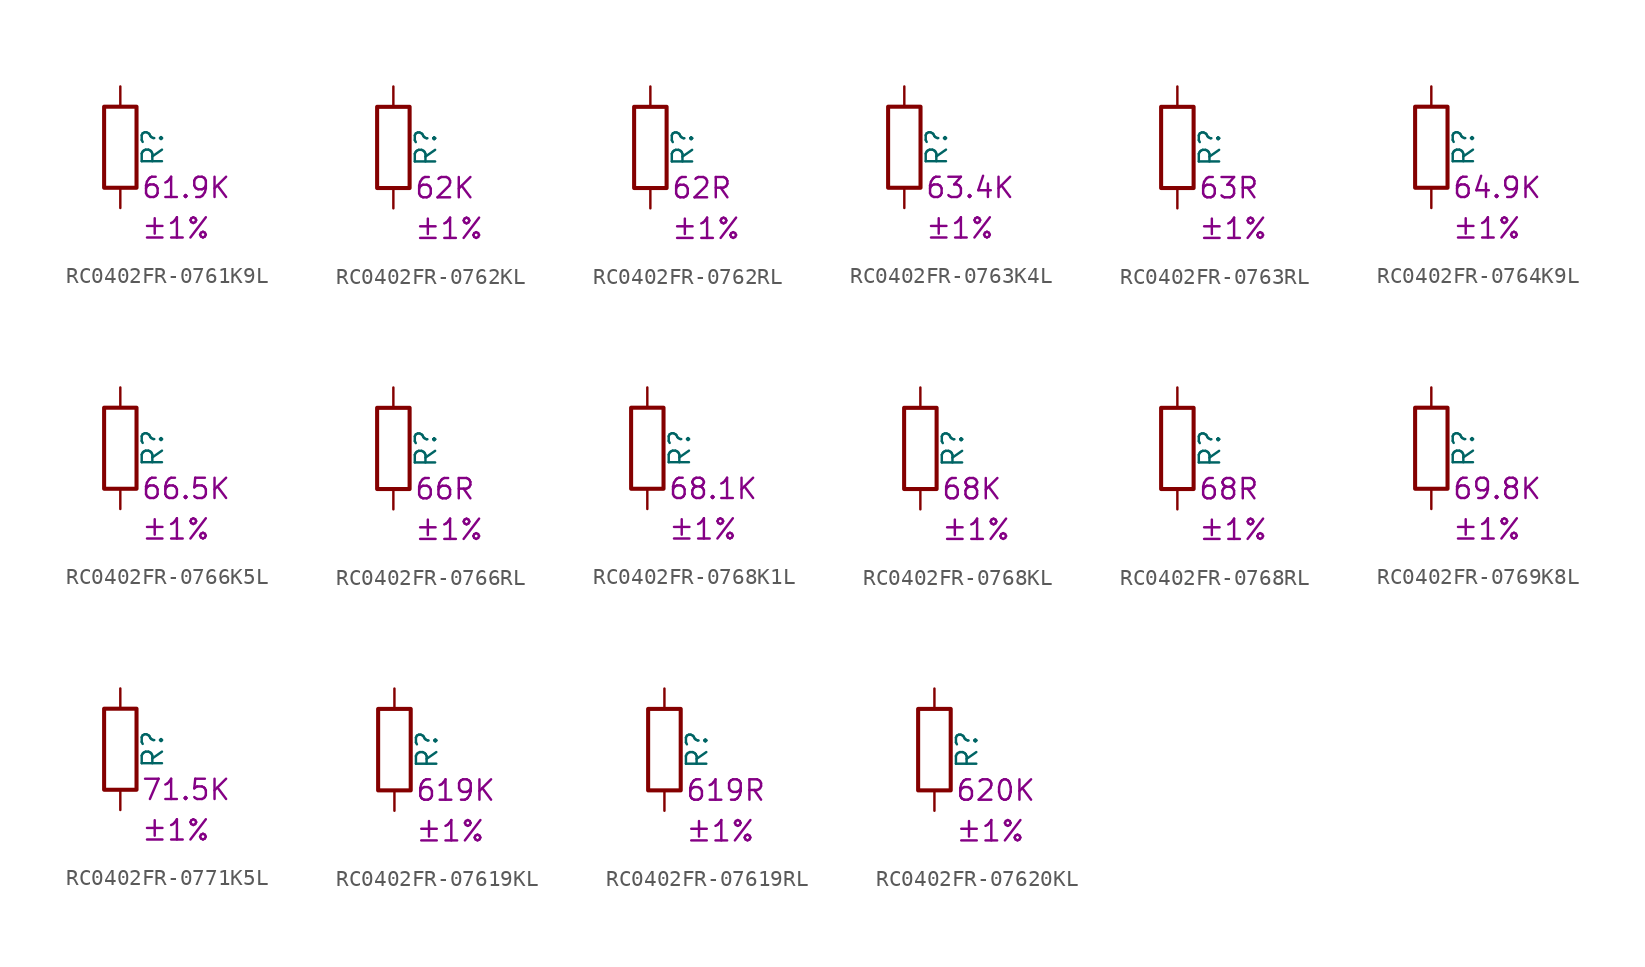
<source format=kicad_sym>
(kicad_symbol_lib
  (version 20220914)
  (generator kicad_symbol_editor)
  (symbol "RC0402FR-0761K9L"
    (pin_numbers hide)
    (pin_names
      (offset 0))
    (property "Reference" "R"
      (at 2.032 0 90)
      (effects (font (size 1.27 1.27))))
    (property "Resistance" "61.9K"
      (at 1.27 -2.54 0)
      (effects (font (size 1.27 1.27)) (justify left)))
    (property "Tolerance" "±1%"
      (at 1.27 -5.08 0)
      (effects (font (size 1.27 1.27)) (justify left)))
    (symbol "RC0402FR-0761K9L_0_1"
      (rectangle (start -1.016 -2.54) (end 1.016 2.54) (stroke (width 0.254) (type default)) (fill (type none))))
    (symbol "RC0402FR-0761K9L_1_1"
      (pin passive line (at 0 3.81 270) (length 1.27) (name "~" (effects (font (size 1.27 1.27)))) (number "1" (effects (font (size 1.27 1.27)))))
      (pin passive line (at 0 -3.81 90) (length 1.27) (name "~" (effects (font (size 1.27 1.27)))) (number "2" (effects (font (size 1.27 1.27)))))))
  (symbol "RC0402FR-0762KL"
    (pin_numbers hide)
    (pin_names
      (offset 0))
    (property "Reference" "R"
      (at 2.032 0 90)
      (effects (font (size 1.27 1.27))))
    (property "Resistance" "62K"
      (at 1.27 -2.54 0)
      (effects (font (size 1.27 1.27)) (justify left)))
    (property "Tolerance" "±1%"
      (at 1.27 -5.08 0)
      (effects (font (size 1.27 1.27)) (justify left)))
    (symbol "RC0402FR-0762KL_0_1"
      (rectangle (start -1.016 -2.54) (end 1.016 2.54) (stroke (width 0.254) (type default)) (fill (type none))))
    (symbol "RC0402FR-0762KL_1_1"
      (pin passive line (at 0 3.81 270) (length 1.27) (name "~" (effects (font (size 1.27 1.27)))) (number "1" (effects (font (size 1.27 1.27)))))
      (pin passive line (at 0 -3.81 90) (length 1.27) (name "~" (effects (font (size 1.27 1.27)))) (number "2" (effects (font (size 1.27 1.27)))))))
  (symbol "RC0402FR-0762RL"
    (pin_numbers hide)
    (pin_names
      (offset 0))
    (property "Reference" "R"
      (at 2.032 0 90)
      (effects (font (size 1.27 1.27))))
    (property "Resistance" "62R"
      (at 1.27 -2.54 0)
      (effects (font (size 1.27 1.27)) (justify left)))
    (property "Tolerance" "±1%"
      (at 1.27 -5.08 0)
      (effects (font (size 1.27 1.27)) (justify left)))
    (symbol "RC0402FR-0762RL_0_1"
      (rectangle (start -1.016 -2.54) (end 1.016 2.54) (stroke (width 0.254) (type default)) (fill (type none))))
    (symbol "RC0402FR-0762RL_1_1"
      (pin passive line (at 0 3.81 270) (length 1.27) (name "~" (effects (font (size 1.27 1.27)))) (number "1" (effects (font (size 1.27 1.27)))))
      (pin passive line (at 0 -3.81 90) (length 1.27) (name "~" (effects (font (size 1.27 1.27)))) (number "2" (effects (font (size 1.27 1.27)))))))
  (symbol "RC0402FR-0763K4L"
    (pin_numbers hide)
    (pin_names
      (offset 0))
    (property "Reference" "R"
      (at 2.032 0 90)
      (effects (font (size 1.27 1.27))))
    (property "Resistance" "63.4K"
      (at 1.27 -2.54 0)
      (effects (font (size 1.27 1.27)) (justify left)))
    (property "Tolerance" "±1%"
      (at 1.27 -5.08 0)
      (effects (font (size 1.27 1.27)) (justify left)))
    (symbol "RC0402FR-0763K4L_0_1"
      (rectangle (start -1.016 -2.54) (end 1.016 2.54) (stroke (width 0.254) (type default)) (fill (type none))))
    (symbol "RC0402FR-0763K4L_1_1"
      (pin passive line (at 0 3.81 270) (length 1.27) (name "~" (effects (font (size 1.27 1.27)))) (number "1" (effects (font (size 1.27 1.27)))))
      (pin passive line (at 0 -3.81 90) (length 1.27) (name "~" (effects (font (size 1.27 1.27)))) (number "2" (effects (font (size 1.27 1.27)))))))
  (symbol "RC0402FR-0763RL"
    (pin_numbers hide)
    (pin_names
      (offset 0))
    (property "Reference" "R"
      (at 2.032 0 90)
      (effects (font (size 1.27 1.27))))
    (property "Resistance" "63R"
      (at 1.27 -2.54 0)
      (effects (font (size 1.27 1.27)) (justify left)))
    (property "Tolerance" "±1%"
      (at 1.27 -5.08 0)
      (effects (font (size 1.27 1.27)) (justify left)))
    (symbol "RC0402FR-0763RL_0_1"
      (rectangle (start -1.016 -2.54) (end 1.016 2.54) (stroke (width 0.254) (type default)) (fill (type none))))
    (symbol "RC0402FR-0763RL_1_1"
      (pin passive line (at 0 3.81 270) (length 1.27) (name "~" (effects (font (size 1.27 1.27)))) (number "1" (effects (font (size 1.27 1.27)))))
      (pin passive line (at 0 -3.81 90) (length 1.27) (name "~" (effects (font (size 1.27 1.27)))) (number "2" (effects (font (size 1.27 1.27)))))))
  (symbol "RC0402FR-0764K9L"
    (pin_numbers hide)
    (pin_names
      (offset 0))
    (property "Reference" "R"
      (at 2.032 0 90)
      (effects (font (size 1.27 1.27))))
    (property "Resistance" "64.9K"
      (at 1.27 -2.54 0)
      (effects (font (size 1.27 1.27)) (justify left)))
    (property "Tolerance" "±1%"
      (at 1.27 -5.08 0)
      (effects (font (size 1.27 1.27)) (justify left)))
    (symbol "RC0402FR-0764K9L_0_1"
      (rectangle (start -1.016 -2.54) (end 1.016 2.54) (stroke (width 0.254) (type default)) (fill (type none))))
    (symbol "RC0402FR-0764K9L_1_1"
      (pin passive line (at 0 3.81 270) (length 1.27) (name "~" (effects (font (size 1.27 1.27)))) (number "1" (effects (font (size 1.27 1.27)))))
      (pin passive line (at 0 -3.81 90) (length 1.27) (name "~" (effects (font (size 1.27 1.27)))) (number "2" (effects (font (size 1.27 1.27)))))))
  (symbol "RC0402FR-0766K5L"
    (pin_numbers hide)
    (pin_names
      (offset 0))
    (property "Reference" "R"
      (at 2.032 0 90)
      (effects (font (size 1.27 1.27))))
    (property "Resistance" "66.5K"
      (at 1.27 -2.54 0)
      (effects (font (size 1.27 1.27)) (justify left)))
    (property "Tolerance" "±1%"
      (at 1.27 -5.08 0)
      (effects (font (size 1.27 1.27)) (justify left)))
    (symbol "RC0402FR-0766K5L_0_1"
      (rectangle (start -1.016 -2.54) (end 1.016 2.54) (stroke (width 0.254) (type default)) (fill (type none))))
    (symbol "RC0402FR-0766K5L_1_1"
      (pin passive line (at 0 3.81 270) (length 1.27) (name "~" (effects (font (size 1.27 1.27)))) (number "1" (effects (font (size 1.27 1.27)))))
      (pin passive line (at 0 -3.81 90) (length 1.27) (name "~" (effects (font (size 1.27 1.27)))) (number "2" (effects (font (size 1.27 1.27)))))))
  (symbol "RC0402FR-0766RL"
    (pin_numbers hide)
    (pin_names
      (offset 0))
    (property "Reference" "R"
      (at 2.032 0 90)
      (effects (font (size 1.27 1.27))))
    (property "Resistance" "66R"
      (at 1.27 -2.54 0)
      (effects (font (size 1.27 1.27)) (justify left)))
    (property "Tolerance" "±1%"
      (at 1.27 -5.08 0)
      (effects (font (size 1.27 1.27)) (justify left)))
    (symbol "RC0402FR-0766RL_0_1"
      (rectangle (start -1.016 -2.54) (end 1.016 2.54) (stroke (width 0.254) (type default)) (fill (type none))))
    (symbol "RC0402FR-0766RL_1_1"
      (pin passive line (at 0 3.81 270) (length 1.27) (name "~" (effects (font (size 1.27 1.27)))) (number "1" (effects (font (size 1.27 1.27)))))
      (pin passive line (at 0 -3.81 90) (length 1.27) (name "~" (effects (font (size 1.27 1.27)))) (number "2" (effects (font (size 1.27 1.27)))))))
  (symbol "RC0402FR-0768K1L"
    (pin_numbers hide)
    (pin_names
      (offset 0))
    (property "Reference" "R"
      (at 2.032 0 90)
      (effects (font (size 1.27 1.27))))
    (property "Resistance" "68.1K"
      (at 1.27 -2.54 0)
      (effects (font (size 1.27 1.27)) (justify left)))
    (property "Tolerance" "±1%"
      (at 1.27 -5.08 0)
      (effects (font (size 1.27 1.27)) (justify left)))
    (symbol "RC0402FR-0768K1L_0_1"
      (rectangle (start -1.016 -2.54) (end 1.016 2.54) (stroke (width 0.254) (type default)) (fill (type none))))
    (symbol "RC0402FR-0768K1L_1_1"
      (pin passive line (at 0 3.81 270) (length 1.27) (name "~" (effects (font (size 1.27 1.27)))) (number "1" (effects (font (size 1.27 1.27)))))
      (pin passive line (at 0 -3.81 90) (length 1.27) (name "~" (effects (font (size 1.27 1.27)))) (number "2" (effects (font (size 1.27 1.27)))))))
  (symbol "RC0402FR-0768KL"
    (pin_numbers hide)
    (pin_names
      (offset 0))
    (property "Reference" "R"
      (at 2.032 0 90)
      (effects (font (size 1.27 1.27))))
    (property "Resistance" "68K"
      (at 1.27 -2.54 0)
      (effects (font (size 1.27 1.27)) (justify left)))
    (property "Tolerance" "±1%"
      (at 1.27 -5.08 0)
      (effects (font (size 1.27 1.27)) (justify left)))
    (symbol "RC0402FR-0768KL_0_1"
      (rectangle (start -1.016 -2.54) (end 1.016 2.54) (stroke (width 0.254) (type default)) (fill (type none))))
    (symbol "RC0402FR-0768KL_1_1"
      (pin passive line (at 0 3.81 270) (length 1.27) (name "~" (effects (font (size 1.27 1.27)))) (number "1" (effects (font (size 1.27 1.27)))))
      (pin passive line (at 0 -3.81 90) (length 1.27) (name "~" (effects (font (size 1.27 1.27)))) (number "2" (effects (font (size 1.27 1.27)))))))
  (symbol "RC0402FR-0768RL"
    (pin_numbers hide)
    (pin_names
      (offset 0))
    (property "Reference" "R"
      (at 2.032 0 90)
      (effects (font (size 1.27 1.27))))
    (property "Resistance" "68R"
      (at 1.27 -2.54 0)
      (effects (font (size 1.27 1.27)) (justify left)))
    (property "Tolerance" "±1%"
      (at 1.27 -5.08 0)
      (effects (font (size 1.27 1.27)) (justify left)))
    (symbol "RC0402FR-0768RL_0_1"
      (rectangle (start -1.016 -2.54) (end 1.016 2.54) (stroke (width 0.254) (type default)) (fill (type none))))
    (symbol "RC0402FR-0768RL_1_1"
      (pin passive line (at 0 3.81 270) (length 1.27) (name "~" (effects (font (size 1.27 1.27)))) (number "1" (effects (font (size 1.27 1.27)))))
      (pin passive line (at 0 -3.81 90) (length 1.27) (name "~" (effects (font (size 1.27 1.27)))) (number "2" (effects (font (size 1.27 1.27)))))))
  (symbol "RC0402FR-0769K8L"
    (pin_numbers hide)
    (pin_names
      (offset 0))
    (property "Reference" "R"
      (at 2.032 0 90)
      (effects (font (size 1.27 1.27))))
    (property "Resistance" "69.8K"
      (at 1.27 -2.54 0)
      (effects (font (size 1.27 1.27)) (justify left)))
    (property "Tolerance" "±1%"
      (at 1.27 -5.08 0)
      (effects (font (size 1.27 1.27)) (justify left)))
    (symbol "RC0402FR-0769K8L_0_1"
      (rectangle (start -1.016 -2.54) (end 1.016 2.54) (stroke (width 0.254) (type default)) (fill (type none))))
    (symbol "RC0402FR-0769K8L_1_1"
      (pin passive line (at 0 3.81 270) (length 1.27) (name "~" (effects (font (size 1.27 1.27)))) (number "1" (effects (font (size 1.27 1.27)))))
      (pin passive line (at 0 -3.81 90) (length 1.27) (name "~" (effects (font (size 1.27 1.27)))) (number "2" (effects (font (size 1.27 1.27)))))))
  (symbol "RC0402FR-0771K5L"
    (pin_numbers hide)
    (pin_names
      (offset 0))
    (property "Reference" "R"
      (at 2.032 0 90)
      (effects (font (size 1.27 1.27))))
    (property "Resistance" "71.5K"
      (at 1.27 -2.54 0)
      (effects (font (size 1.27 1.27)) (justify left)))
    (property "Tolerance" "±1%"
      (at 1.27 -5.08 0)
      (effects (font (size 1.27 1.27)) (justify left)))
    (symbol "RC0402FR-0771K5L_0_1"
      (rectangle (start -1.016 -2.54) (end 1.016 2.54) (stroke (width 0.254) (type default)) (fill (type none))))
    (symbol "RC0402FR-0771K5L_1_1"
      (pin passive line (at 0 3.81 270) (length 1.27) (name "~" (effects (font (size 1.27 1.27)))) (number "1" (effects (font (size 1.27 1.27)))))
      (pin passive line (at 0 -3.81 90) (length 1.27) (name "~" (effects (font (size 1.27 1.27)))) (number "2" (effects (font (size 1.27 1.27)))))))
  (symbol "RC0402FR-07619KL"
    (pin_numbers hide)
    (pin_names
      (offset 0))
    (property "Reference" "R"
      (at 2.032 0 90)
      (effects (font (size 1.27 1.27))))
    (property "Resistance" "619K"
      (at 1.27 -2.54 0)
      (effects (font (size 1.27 1.27)) (justify left)))
    (property "Tolerance" "±1%"
      (at 1.27 -5.08 0)
      (effects (font (size 1.27 1.27)) (justify left)))
    (symbol "RC0402FR-07619KL_0_1"
      (rectangle (start -1.016 -2.54) (end 1.016 2.54) (stroke (width 0.254) (type default)) (fill (type none))))
    (symbol "RC0402FR-07619KL_1_1"
      (pin passive line (at 0 3.81 270) (length 1.27) (name "~" (effects (font (size 1.27 1.27)))) (number "1" (effects (font (size 1.27 1.27)))))
      (pin passive line (at 0 -3.81 90) (length 1.27) (name "~" (effects (font (size 1.27 1.27)))) (number "2" (effects (font (size 1.27 1.27)))))))
  (symbol "RC0402FR-07619RL"
    (pin_numbers hide)
    (pin_names
      (offset 0))
    (property "Reference" "R"
      (at 2.032 0 90)
      (effects (font (size 1.27 1.27))))
    (property "Resistance" "619R"
      (at 1.27 -2.54 0)
      (effects (font (size 1.27 1.27)) (justify left)))
    (property "Tolerance" "±1%"
      (at 1.27 -5.08 0)
      (effects (font (size 1.27 1.27)) (justify left)))
    (symbol "RC0402FR-07619RL_0_1"
      (rectangle (start -1.016 -2.54) (end 1.016 2.54) (stroke (width 0.254) (type default)) (fill (type none))))
    (symbol "RC0402FR-07619RL_1_1"
      (pin passive line (at 0 3.81 270) (length 1.27) (name "~" (effects (font (size 1.27 1.27)))) (number "1" (effects (font (size 1.27 1.27)))))
      (pin passive line (at 0 -3.81 90) (length 1.27) (name "~" (effects (font (size 1.27 1.27)))) (number "2" (effects (font (size 1.27 1.27)))))))
  (symbol "RC0402FR-07620KL"
    (pin_numbers hide)
    (pin_names
      (offset 0))
    (property "Reference" "R"
      (at 2.032 0 90)
      (effects (font (size 1.27 1.27))))
    (property "Resistance" "620K"
      (at 1.27 -2.54 0)
      (effects (font (size 1.27 1.27)) (justify left)))
    (property "Tolerance" "±1%"
      (at 1.27 -5.08 0)
      (effects (font (size 1.27 1.27)) (justify left)))
    (symbol "RC0402FR-07620KL_0_1"
      (rectangle (start -1.016 -2.54) (end 1.016 2.54) (stroke (width 0.254) (type default)) (fill (type none))))
    (symbol "RC0402FR-07620KL_1_1"
      (pin passive line (at 0 3.81 270) (length 1.27) (name "~" (effects (font (size 1.27 1.27)))) (number "1" (effects (font (size 1.27 1.27)))))
      (pin passive line (at 0 -3.81 90) (length 1.27) (name "~" (effects (font (size 1.27 1.27)))) (number "2" (effects (font (size 1.27 1.27))))))))
</source>
